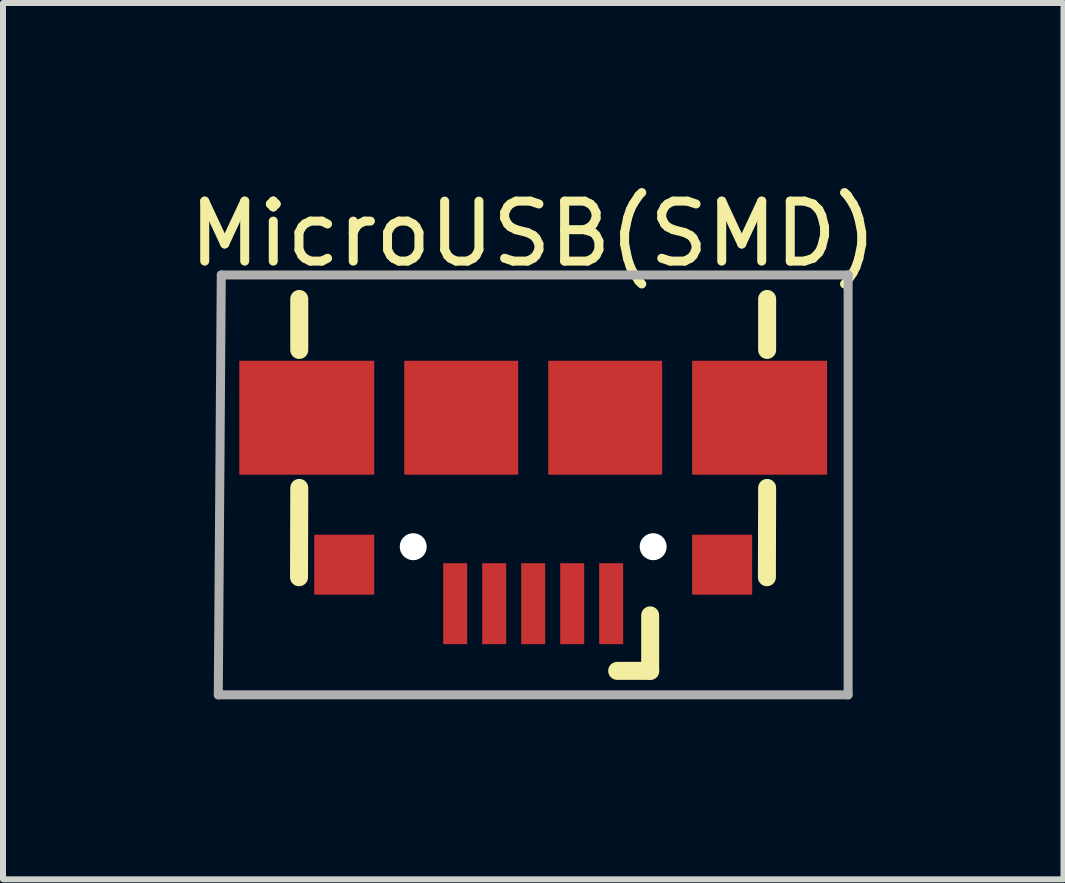
<source format=kicad_pcb>
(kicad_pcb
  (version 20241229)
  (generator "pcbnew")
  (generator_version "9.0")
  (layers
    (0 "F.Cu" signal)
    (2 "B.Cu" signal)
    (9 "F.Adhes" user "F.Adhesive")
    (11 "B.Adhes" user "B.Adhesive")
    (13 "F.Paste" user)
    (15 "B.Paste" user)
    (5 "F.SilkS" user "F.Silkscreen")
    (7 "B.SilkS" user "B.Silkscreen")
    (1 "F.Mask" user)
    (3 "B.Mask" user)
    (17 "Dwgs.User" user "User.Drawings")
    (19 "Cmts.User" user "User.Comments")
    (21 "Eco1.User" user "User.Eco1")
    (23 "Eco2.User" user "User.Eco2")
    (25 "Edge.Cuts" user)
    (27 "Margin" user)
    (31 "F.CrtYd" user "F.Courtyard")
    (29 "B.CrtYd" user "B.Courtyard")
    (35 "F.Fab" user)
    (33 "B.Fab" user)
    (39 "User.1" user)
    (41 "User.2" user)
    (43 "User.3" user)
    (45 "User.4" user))
  (footprint "MicroUSB(SMD)"
    (layer "F.Cu")
    (at 5.835 5.548)
    (property "Reference" "MicroUSB(SMD)" (at 0.004 -4.7 180) (layer "F.SilkS") (effects (font (size 1 1) (thickness 0.15))))
    (attr through_hole)
    (fp_line (start -3.9 1.025) (end -3.896 -0.464) (stroke (width 0.3) (type solid)) (layer "F.SilkS"))
    (fp_line (start -3.896 -2.764) (end -3.896 -3.614) (stroke (width 0.3) (type solid)) (layer "F.SilkS"))
    (fp_line (start 1.954 2.586) (end 1.404 2.586) (stroke (width 0.3) (type solid)) (layer "F.SilkS"))
    (fp_line (start 1.954 2.586) (end 1.954 1.661) (stroke (width 0.3) (type solid)) (layer "F.SilkS"))
    (fp_line (start 3.904 -2.764) (end 3.904 -3.614) (stroke (width 0.3) (type solid)) (layer "F.SilkS"))
    (fp_line (start 3.904 -0.464) (end 3.9 1.025) (stroke (width 0.3) (type solid)) (layer "F.SilkS"))
    (fp_line (start -5.246 2.986) (end 5.254 2.986) (stroke (width 0.15) (type solid)) (layer "F.Fab"))
    (fp_line (start -5.196 -4.014) (end -5.246 2.986) (stroke (width 0.15) (type solid)) (layer "F.Fab"))
    (fp_line (start 5.254 -4.014) (end -5.196 -4.014) (stroke (width 0.15) (type solid)) (layer "F.Fab"))
    (fp_line (start 5.254 2.986) (end 5.254 -4.014) (stroke (width 0.15) (type solid)) (layer "F.Fab"))
    (pad "" np_thru_hole circle (at -1.996 0.516) (size 0.45 0.45) (drill 0.45) (layers "*.Cu" "*.Mask"))
    (pad "" np_thru_hole circle (at 2.004 0.516) (size 0.45 0.45) (drill 0.45) (layers "*.Cu" "*.Mask"))
    (pad "0" smd rect (at -3.771 -1.634) (size 2.25 1.9) (layers "F.Cu" "F.Mask" "F.Paste"))
    (pad "0" smd rect (at -3.146 0.816) (size 1 1) (layers "F.Cu" "F.Mask" "F.Paste"))
    (pad "0" smd rect (at -1.196 -1.634) (size 1.9 1.9) (layers "F.Cu" "F.Mask" "F.Paste"))
    (pad "0" smd rect (at 1.204 -1.634) (size 1.9 1.9) (layers "F.Cu" "F.Mask" "F.Paste"))
    (pad "0" smd rect (at 3.154 0.816) (size 1 1) (layers "F.Cu" "F.Mask" "F.Paste"))
    (pad "0" smd rect (at 3.779 -1.634 180) (size 2.25 1.9) (layers "F.Cu" "F.Mask" "F.Paste"))
    (pad "1" smd rect (at 1.304 1.466) (size 0.4 1.35) (layers "F.Cu" "F.Mask" "F.Paste"))
    (pad "2" smd rect (at 0.654 1.466) (size 0.4 1.35) (layers "F.Cu" "F.Mask" "F.Paste"))
    (pad "3" smd rect (at 0.004 1.466) (size 0.4 1.35) (layers "F.Cu" "F.Mask" "F.Paste"))
    (pad "4" smd rect (at -0.646 1.466) (size 0.4 1.35) (layers "F.Cu" "F.Mask" "F.Paste"))
    (pad "5" smd rect (at -1.296 1.466) (size 0.4 1.35) (layers "F.Cu" "F.Mask" "F.Paste")))
  (gr_rect
    (start -3 -3)
    (end 14.679 11.609)
    (stroke (width 0.1) (type default))
    (fill no)
    (layer "Edge.Cuts")))
</source>
